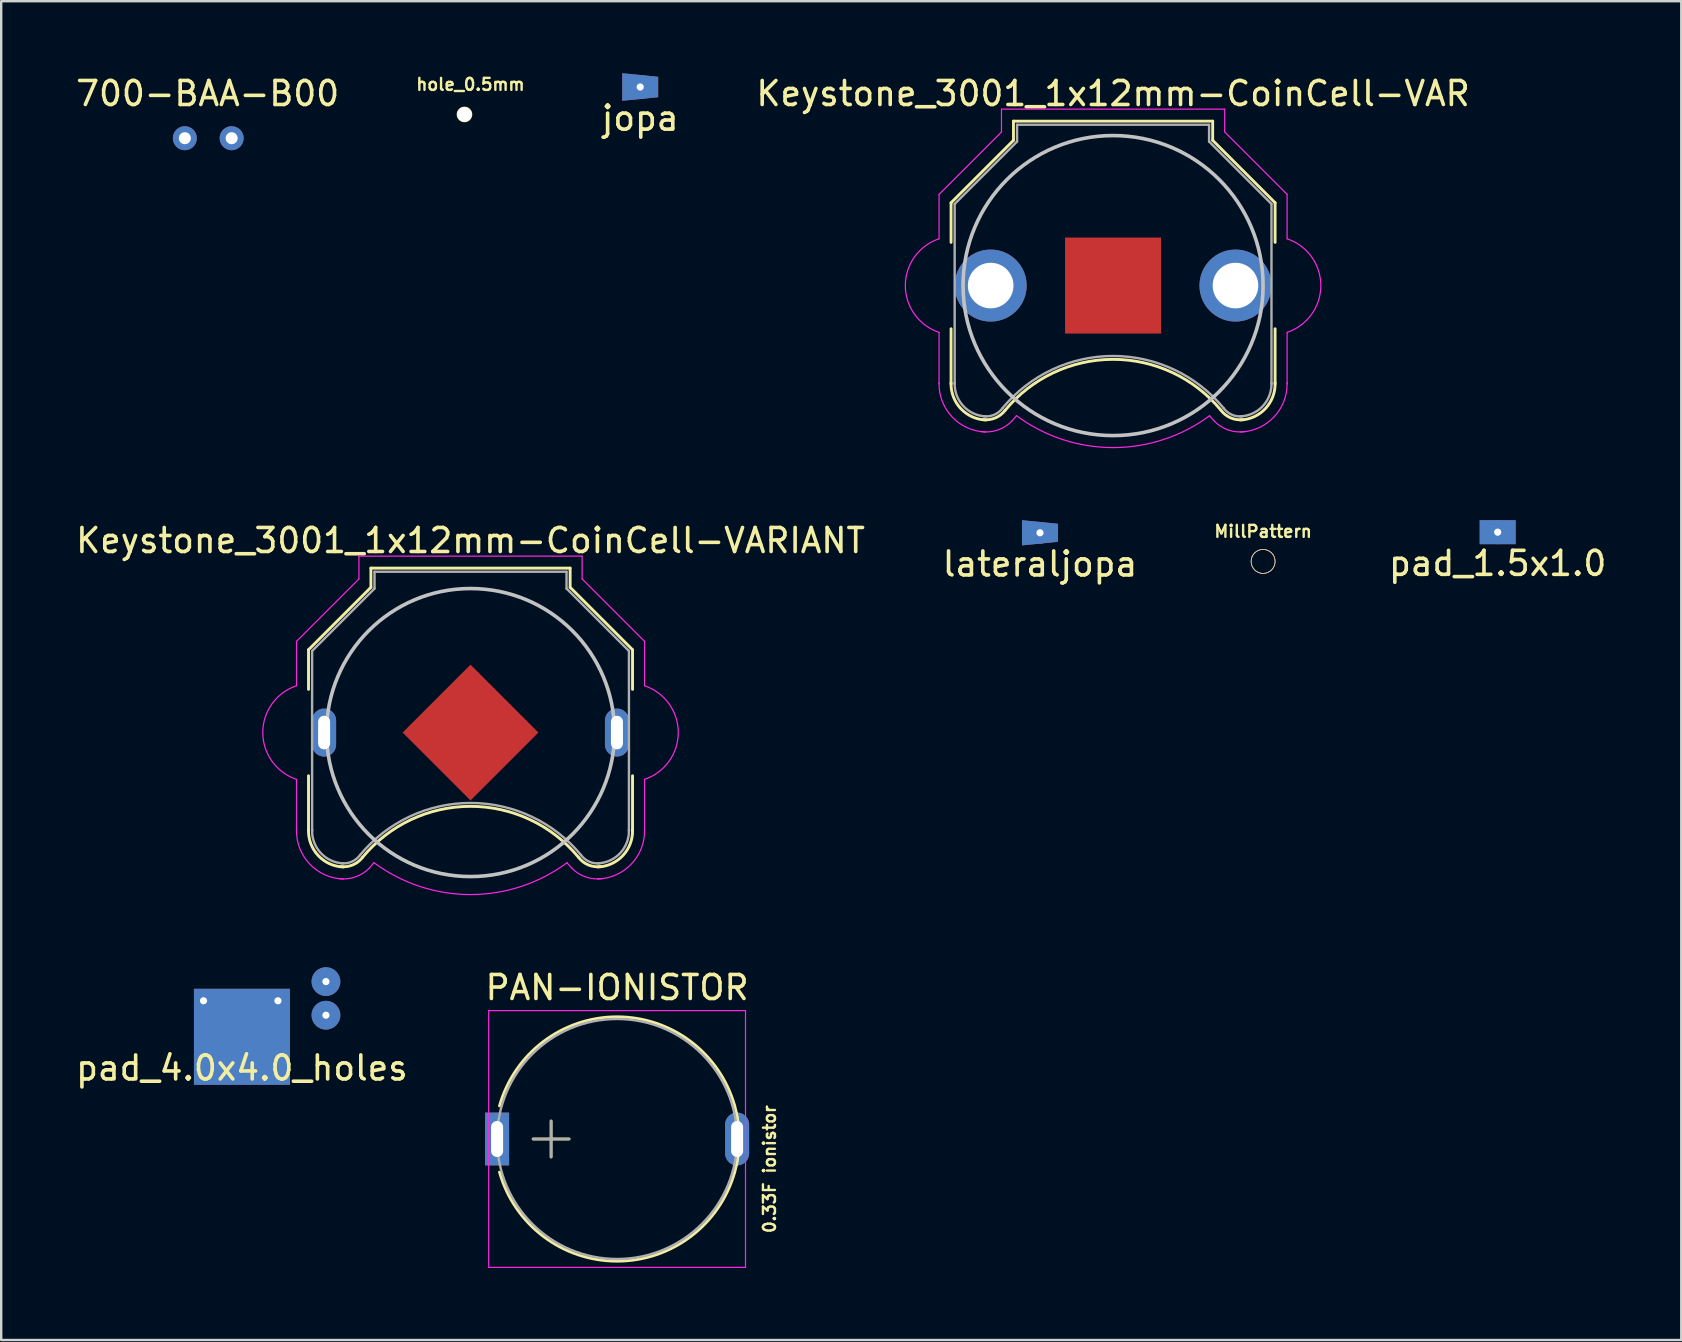
<source format=kicad_pcb>
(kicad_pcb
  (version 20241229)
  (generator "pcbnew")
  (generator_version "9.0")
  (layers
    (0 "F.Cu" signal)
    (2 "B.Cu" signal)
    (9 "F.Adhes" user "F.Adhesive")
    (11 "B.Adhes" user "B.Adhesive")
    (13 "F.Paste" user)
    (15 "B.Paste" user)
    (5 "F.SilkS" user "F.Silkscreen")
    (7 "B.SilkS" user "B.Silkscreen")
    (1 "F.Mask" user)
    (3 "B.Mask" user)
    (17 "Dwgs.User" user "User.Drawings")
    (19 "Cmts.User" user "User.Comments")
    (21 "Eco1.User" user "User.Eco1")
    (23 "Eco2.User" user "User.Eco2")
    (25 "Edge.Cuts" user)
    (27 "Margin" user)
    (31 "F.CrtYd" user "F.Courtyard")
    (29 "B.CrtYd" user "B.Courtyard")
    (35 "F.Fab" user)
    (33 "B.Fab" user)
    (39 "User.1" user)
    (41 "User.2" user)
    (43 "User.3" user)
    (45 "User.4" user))
  (footprint "700-BAA-B00"
    (layer "F.Cu")
    (at 4.651 2.708)
    (property "Reference" "700-BAA-B00" (at 0.95 -1.86 0) (layer "F.SilkS") (effects (font (size 1 1) (thickness 0.15))))
    (attr through_hole)
    (pad "1" thru_hole circle (at 0 0) (size 1 1) (drill 0.5) (layers "*.Cu" "*.Mask"))
    (pad "2" thru_hole circle (at 1.95 0) (size 1 1) (drill 0.5) (layers "*.Cu" "*.Mask")))
  (footprint "pad_4.0x4.0_holes"
    (layer "F.Cu")
    (at 7.03 40.147)
    (property "Reference" "pad_4.0x4.0_holes" (at 0 1.3 0) (layer "F.SilkS") (effects (font (size 1 1) (thickness 0.15))))
    (attr through_hole)
    (pad "1" smd rect (at 0 0) (size 4 4) (layers "F.Cu" "F.Mask" "F.Paste"))
    (pad "2" smd rect (at 0 0) (size 4 4) (layers "F.Mask" "B.Cu" "F.Paste"))
    (pad "3" thru_hole circle (at 3.5 -2.3) (size 1.2 1.2) (drill 0.3) (layers "*.Cu" "*.Mask"))
    (pad "4" thru_hole circle (at 3.5 -0.9) (size 1.2 1.2) (drill 0.3) (layers "*.Cu" "*.Mask"))
    (pad "5" thru_hole circle (at -1.6 -1.5) (size 0.4 0.4) (drill 0.3) (layers "*.Cu" "*.Mask"))
    (pad "6" thru_hole circle (at 1.5 -1.5) (size 0.4 0.4) (drill 0.3) (layers "*.Cu" "*.Mask")))
  (footprint "hole_0.5mm"
    (layer "F.Cu")
    (at 16.302 1.718)
    (property "Reference" "hole_0.5mm" (at 0.25 -1.25 0) (layer "F.SilkS") (effects (font (size 0.5 0.5) (thickness 0.1))))
    (attr through_hole)
    (fp_circle (center 0 0) (end 0.3 0) (stroke (width 0.05) (type solid)) (fill no) (layer "F.SilkS"))
    (pad "" np_thru_hole circle (at 0 0) (size 0.6 0.6) (drill 0.6) (layers "*.Cu" "F.SilkS")))
  (footprint "jopa"
    (layer "F.Cu")
    (at 23.623 0.575)
    (property "Reference" "jopa" (at 0 1.3 0) (layer "F.SilkS") (effects (font (size 1 1) (thickness 0.15))))
    (attr through_hole)
    (pad "1" smd trapezoid (at 0 0) (size 1.5 1) (rect_delta 0.15 0) (layers "F.Cu" "F.Mask" "F.Paste"))
    (pad "2" smd trapezoid (at 0 0) (size 1.5 1) (rect_delta 0.15 0) (layers "B.Cu" "B.Mask" "F.Paste"))
    (pad "3" thru_hole circle (at 0 0) (size 1 1) (drill 0.3) (layers "*.Cu" "*.Mask")))
  (footprint "Keystone_3001_1x12mm-CoinCell-VARIANT"
    (layer "F.Cu")
    (at 16.554 27.471)
    (property "Reference" "Keystone_3001_1x12mm-CoinCell-VARIANT" (at 0 -8 0) (layer "F.SilkS") (effects (font (size 1 1) (thickness 0.15))))
    (attr through_hole)
    (fp_line (start -6.75 -3.45) (end -4.15 -6.05) (stroke (width 0.12) (type solid)) (layer "F.SilkS"))
    (fp_line (start -6.75 -1.8) (end -6.75 -3.45) (stroke (width 0.12) (type solid)) (layer "F.SilkS"))
    (fp_line (start -6.75 1.8) (end -6.75 4.1) (stroke (width 0.12) (type solid)) (layer "F.SilkS"))
    (fp_line (start -4.15 -6.85) (end 4.15 -6.85) (stroke (width 0.12) (type solid)) (layer "F.SilkS"))
    (fp_line (start -4.15 -6.05) (end -4.15 -6.85) (stroke (width 0.12) (type solid)) (layer "F.SilkS"))
    (fp_line (start 4.15 -6.85) (end 4.15 -6.05) (stroke (width 0.12) (type solid)) (layer "F.SilkS"))
    (fp_line (start 4.15 -6.05) (end 6.75 -3.45) (stroke (width 0.12) (type solid)) (layer "F.SilkS"))
    (fp_line (start 6.75 -3.45) (end 6.75 -1.8) (stroke (width 0.12) (type solid)) (layer "F.SilkS"))
    (fp_line (start 6.75 1.8) (end 6.75 4.1) (stroke (width 0.12) (type solid)) (layer "F.SilkS"))
    (fp_arc (start -5.3 5.6) (mid -6.346016 5.125305) (end -6.75 4.05) (stroke (width 0.12) (type solid)) (layer "F.SilkS"))
    (fp_arc (start -4.5 5.2) (mid -4.90584 5.514615) (end -5.414615 5.58416) (stroke (width 0.12) (type solid)) (layer "F.SilkS"))
    (fp_arc (start -4.5 5.2) (mid -0.007341 3.0742) (end 4.490661 5.188671) (stroke (width 0.12) (type solid)) (layer "F.SilkS"))
    (fp_arc (start 5.414615 5.58416) (mid 4.90584 5.514615) (end 4.5 5.2) (stroke (width 0.12) (type solid)) (layer "F.SilkS"))
    (fp_arc (start 6.75 4.05) (mid 6.346016 5.125305) (end 5.3 5.6) (stroke (width 0.12) (type solid)) (layer "F.SilkS"))
    (fp_circle (center 0 0) (end 0 6) (stroke (width 0.15) (type solid)) (fill no) (layer "Dwgs.User"))
    (fp_line (start -7.25 -3.8) (end -4.65 -6.4) (stroke (width 0.05) (type solid)) (layer "F.CrtYd"))
    (fp_line (start -7.25 -1.95) (end -7.25 -3.8) (stroke (width 0.05) (type solid)) (layer "F.CrtYd"))
    (fp_line (start -7.25 1.95) (end -7.25 4.1) (stroke (width 0.05) (type solid)) (layer "F.CrtYd"))
    (fp_line (start -4.65 -7.35) (end 4.65 -7.35) (stroke (width 0.05) (type solid)) (layer "F.CrtYd"))
    (fp_line (start -4.65 -6.4) (end -4.65 -7.35) (stroke (width 0.05) (type solid)) (layer "F.CrtYd"))
    (fp_line (start 4.65 -6.4) (end 4.65 -7.35) (stroke (width 0.05) (type solid)) (layer "F.CrtYd"))
    (fp_line (start 7.25 -3.8) (end 4.65 -6.4) (stroke (width 0.05) (type solid)) (layer "F.CrtYd"))
    (fp_line (start 7.25 -1.95) (end 7.25 -3.8) (stroke (width 0.05) (type solid)) (layer "F.CrtYd"))
    (fp_line (start 7.25 1.95) (end 7.25 4.1) (stroke (width 0.05) (type solid)) (layer "F.CrtYd"))
    (fp_arc (start -7.25 1.95) (mid -8.655479 0.002334) (end -7.254426 -1.948519) (stroke (width 0.05) (type solid)) (layer "F.CrtYd"))
    (fp_arc (start -5.3 6.1) (mid -6.699569 5.478858) (end -7.25 4.05) (stroke (width 0.05) (type solid)) (layer "F.CrtYd"))
    (fp_arc (start -4.22 5.65) (mid -4.814553 6.021742) (end -5.513125 6.082436) (stroke (width 0.05) (type solid)) (layer "F.CrtYd"))
    (fp_arc (start -4.22 5.65) (mid -4.123743 5.534157) (end -4.024388 5.42096) (stroke (width 0.05) (type solid)) (layer "F.CrtYd"))
    (fp_arc (start 0 6.75) (mid -2.119449 6.408622) (end -4.024518 5.419018) (stroke (width 0.05) (type solid)) (layer "F.CrtYd"))
    (fp_arc (start 4.024518 5.419018) (mid 2.119449 6.408622) (end 0 6.75) (stroke (width 0.05) (type solid)) (layer "F.CrtYd"))
    (fp_arc (start 4.02471 5.432858) (mid 4.123824 5.540108) (end 4.22 5.65) (stroke (width 0.05) (type solid)) (layer "F.CrtYd"))
    (fp_arc (start 5.513125 6.082436) (mid 4.814553 6.021742) (end 4.22 5.65) (stroke (width 0.05) (type solid)) (layer "F.CrtYd"))
    (fp_arc (start 7.25 4.05) (mid 6.699569 5.478858) (end 5.3 6.1) (stroke (width 0.05) (type solid)) (layer "F.CrtYd"))
    (fp_arc (start 7.254426 -1.948519) (mid 8.655479 0.002334) (end 7.25 1.95) (stroke (width 0.05) (type solid)) (layer "F.CrtYd"))
    (fp_line (start -6.6 -3.4) (end -6.6 4.1) (stroke (width 0.1) (type solid)) (layer "F.Fab"))
    (fp_line (start -4 -6.7) (end -4 -6) (stroke (width 0.1) (type solid)) (layer "F.Fab"))
    (fp_line (start -4 -6.7) (end 4 -6.7) (stroke (width 0.1) (type solid)) (layer "F.Fab"))
    (fp_line (start -4 -6) (end -6.6 -3.4) (stroke (width 0.1) (type solid)) (layer "F.Fab"))
    (fp_line (start 4 -6.7) (end 4 -6) (stroke (width 0.1) (type solid)) (layer "F.Fab"))
    (fp_line (start 4 -6) (end 6.6 -3.4) (stroke (width 0.1) (type solid)) (layer "F.Fab"))
    (fp_line (start 6.6 -3.4) (end 6.6 4.1) (stroke (width 0.1) (type solid)) (layer "F.Fab"))
    (fp_arc (start -5.3 5.45) (mid -6.239949 5.019239) (end -6.6 4.05) (stroke (width 0.1) (type solid)) (layer "F.Fab"))
    (fp_arc (start -4.6 5.1) (mid -4.942443 5.378013) (end -5.378013 5.447558) (stroke (width 0.1) (type solid)) (layer "F.Fab"))
    (fp_arc (start -4.6 5.1) (mid 0.006214 2.93343) (end 4.607905 5.109589) (stroke (width 0.1) (type solid)) (layer "F.Fab"))
    (fp_arc (start 5.378013 5.447558) (mid 4.942442 5.378013) (end 4.6 5.1) (stroke (width 0.1) (type solid)) (layer "F.Fab"))
    (fp_arc (start 6.6 4.05) (mid 6.239949 5.019239) (end 5.3 5.45) (stroke (width 0.1) (type solid)) (layer "F.Fab"))
    (pad "1" thru_hole oval (at -6.1 0) (size 1 2) (drill oval 0.5 1.4) (layers "*.Cu" "*.Mask"))
    (pad "1" thru_hole oval (at 6.1 0) (size 1 2) (drill oval 0.5 1.4) (layers "*.Cu" "*.Mask"))
    (pad "2" smd rect (at 0 0 45) (size 4 4) (layers "F.Cu" "F.Mask")))
  (footprint "MillPattern"
    (layer "F.Cu")
    (at 49.576 20.341)
    (property "Reference" "MillPattern" (at 0 -1.25 0) (layer "F.SilkS") (effects (font (size 0.5 0.5) (thickness 0.1))))
    (attr through_hole)
    (fp_circle (center 0 0) (end 0.5 0) (stroke (width 0.03) (type solid)) (fill no) (layer "F.SilkS"))
    (fp_circle (center 0 0) (end 0.5 0) (stroke (width 0.03) (type solid)) (fill no) (layer "B.SilkS")))
  (footprint "Keystone_3001_1x12mm-CoinCell-VAR"
    (layer "F.Cu")
    (at 43.325 8.848)
    (property "Reference" "Keystone_3001_1x12mm-CoinCell-VAR" (at 0 -8 0) (layer "F.SilkS") (effects (font (size 1 1) (thickness 0.15))))
    (attr through_hole)
    (fp_line (start -6.75 -3.45) (end -4.15 -6.05) (stroke (width 0.12) (type solid)) (layer "F.SilkS"))
    (fp_line (start -6.75 -1.8) (end -6.75 -3.45) (stroke (width 0.12) (type solid)) (layer "F.SilkS"))
    (fp_line (start -6.75 1.8) (end -6.75 4.1) (stroke (width 0.12) (type solid)) (layer "F.SilkS"))
    (fp_line (start -4.15 -6.85) (end 4.15 -6.85) (stroke (width 0.12) (type solid)) (layer "F.SilkS"))
    (fp_line (start -4.15 -6.05) (end -4.15 -6.85) (stroke (width 0.12) (type solid)) (layer "F.SilkS"))
    (fp_line (start 4.15 -6.85) (end 4.15 -6.05) (stroke (width 0.12) (type solid)) (layer "F.SilkS"))
    (fp_line (start 4.15 -6.05) (end 6.75 -3.45) (stroke (width 0.12) (type solid)) (layer "F.SilkS"))
    (fp_line (start 6.75 -3.45) (end 6.75 -1.8) (stroke (width 0.12) (type solid)) (layer "F.SilkS"))
    (fp_line (start 6.75 1.8) (end 6.75 4.1) (stroke (width 0.12) (type solid)) (layer "F.SilkS"))
    (fp_arc (start -5.3 5.6) (mid -6.346016 5.125305) (end -6.75 4.05) (stroke (width 0.12) (type solid)) (layer "F.SilkS"))
    (fp_arc (start -4.5 5.2) (mid -4.90584 5.514615) (end -5.414615 5.58416) (stroke (width 0.12) (type solid)) (layer "F.SilkS"))
    (fp_arc (start -4.5 5.2) (mid -0.007341 3.0742) (end 4.490661 5.188671) (stroke (width 0.12) (type solid)) (layer "F.SilkS"))
    (fp_arc (start 5.414615 5.58416) (mid 4.90584 5.514615) (end 4.5 5.2) (stroke (width 0.12) (type solid)) (layer "F.SilkS"))
    (fp_arc (start 6.75 4.05) (mid 6.346016 5.125305) (end 5.3 5.6) (stroke (width 0.12) (type solid)) (layer "F.SilkS"))
    (fp_circle (center 0 0) (end 0 6.25) (stroke (width 0.15) (type solid)) (fill no) (layer "Dwgs.User"))
    (fp_line (start -7.25 -3.8) (end -4.65 -6.4) (stroke (width 0.05) (type solid)) (layer "F.CrtYd"))
    (fp_line (start -7.25 -1.95) (end -7.25 -3.8) (stroke (width 0.05) (type solid)) (layer "F.CrtYd"))
    (fp_line (start -7.25 1.95) (end -7.25 4.1) (stroke (width 0.05) (type solid)) (layer "F.CrtYd"))
    (fp_line (start -4.65 -7.35) (end 4.65 -7.35) (stroke (width 0.05) (type solid)) (layer "F.CrtYd"))
    (fp_line (start -4.65 -6.4) (end -4.65 -7.35) (stroke (width 0.05) (type solid)) (layer "F.CrtYd"))
    (fp_line (start 4.65 -6.4) (end 4.65 -7.35) (stroke (width 0.05) (type solid)) (layer "F.CrtYd"))
    (fp_line (start 7.25 -3.8) (end 4.65 -6.4) (stroke (width 0.05) (type solid)) (layer "F.CrtYd"))
    (fp_line (start 7.25 -1.95) (end 7.25 -3.8) (stroke (width 0.05) (type solid)) (layer "F.CrtYd"))
    (fp_line (start 7.25 1.95) (end 7.25 4.1) (stroke (width 0.05) (type solid)) (layer "F.CrtYd"))
    (fp_arc (start -7.25 1.95) (mid -8.655479 0.002334) (end -7.254426 -1.948519) (stroke (width 0.05) (type solid)) (layer "F.CrtYd"))
    (fp_arc (start -5.3 6.1) (mid -6.699569 5.478858) (end -7.25 4.05) (stroke (width 0.05) (type solid)) (layer "F.CrtYd"))
    (fp_arc (start -4.22 5.65) (mid -4.814553 6.021742) (end -5.513125 6.082436) (stroke (width 0.05) (type solid)) (layer "F.CrtYd"))
    (fp_arc (start -4.22 5.65) (mid -4.123743 5.534157) (end -4.024388 5.42096) (stroke (width 0.05) (type solid)) (layer "F.CrtYd"))
    (fp_arc (start 0 6.75) (mid -2.119449 6.408622) (end -4.024518 5.419018) (stroke (width 0.05) (type solid)) (layer "F.CrtYd"))
    (fp_arc (start 4.024518 5.419018) (mid 2.119449 6.408622) (end 0 6.75) (stroke (width 0.05) (type solid)) (layer "F.CrtYd"))
    (fp_arc (start 4.02471 5.432858) (mid 4.123824 5.540108) (end 4.22 5.65) (stroke (width 0.05) (type solid)) (layer "F.CrtYd"))
    (fp_arc (start 5.513125 6.082436) (mid 4.814553 6.021742) (end 4.22 5.65) (stroke (width 0.05) (type solid)) (layer "F.CrtYd"))
    (fp_arc (start 7.25 4.05) (mid 6.699569 5.478858) (end 5.3 6.1) (stroke (width 0.05) (type solid)) (layer "F.CrtYd"))
    (fp_arc (start 7.254426 -1.948519) (mid 8.655479 0.002334) (end 7.25 1.95) (stroke (width 0.05) (type solid)) (layer "F.CrtYd"))
    (fp_line (start -6.6 -3.4) (end -6.6 4.1) (stroke (width 0.1) (type solid)) (layer "F.Fab"))
    (fp_line (start -4 -6.7) (end -4 -6) (stroke (width 0.1) (type solid)) (layer "F.Fab"))
    (fp_line (start -4 -6.7) (end 4 -6.7) (stroke (width 0.1) (type solid)) (layer "F.Fab"))
    (fp_line (start -4 -6) (end -6.6 -3.4) (stroke (width 0.1) (type solid)) (layer "F.Fab"))
    (fp_line (start 4 -6.7) (end 4 -6) (stroke (width 0.1) (type solid)) (layer "F.Fab"))
    (fp_line (start 4 -6) (end 6.6 -3.4) (stroke (width 0.1) (type solid)) (layer "F.Fab"))
    (fp_line (start 6.6 -3.4) (end 6.6 4.1) (stroke (width 0.1) (type solid)) (layer "F.Fab"))
    (fp_arc (start -5.3 5.45) (mid -6.239949 5.019239) (end -6.6 4.05) (stroke (width 0.1) (type solid)) (layer "F.Fab"))
    (fp_arc (start -4.6 5.1) (mid -4.942443 5.378013) (end -5.378013 5.447558) (stroke (width 0.1) (type solid)) (layer "F.Fab"))
    (fp_arc (start -4.6 5.1) (mid 0.006214 2.93343) (end 4.607905 5.109589) (stroke (width 0.1) (type solid)) (layer "F.Fab"))
    (fp_arc (start 5.378013 5.447558) (mid 4.942442 5.378013) (end 4.6 5.1) (stroke (width 0.1) (type solid)) (layer "F.Fab"))
    (fp_arc (start 6.6 4.05) (mid 6.239949 5.019239) (end 5.3 5.45) (stroke (width 0.1) (type solid)) (layer "F.Fab"))
    (pad "1" thru_hole circle (at -5.1 0) (size 3 3) (drill 1.9) (layers "*.Cu" "*.Mask"))
    (pad "1" thru_hole circle (at 5.1 0) (size 3 3) (drill 1.9) (layers "*.Cu" "*.Mask"))
    (pad "2" smd rect (at 0 0) (size 4 4) (layers "F.Cu" "F.Mask")))
  (footprint "pad_1.5x1.0"
    (layer "F.Cu")
    (at 59.349 19.123)
    (property "Reference" "pad_1.5x1.0" (at 0 1.3 0) (layer "F.SilkS") (effects (font (size 1 1) (thickness 0.15))))
    (attr through_hole)
    (pad "1" smd rect (at 0 0) (size 1.5 1) (layers "F.Cu" "F.Mask" "F.Paste"))
    (pad "2" smd rect (at 0 0) (size 1.5 1) (layers "B.Cu" "B.Mask" "F.Paste"))
    (pad "3" thru_hole circle (at 0 0) (size 1 1) (drill 0.3) (layers "*.Cu" "*.Mask")))
  (footprint "PAN-IONISTOR"
    (layer "F.Cu")
    (at 20.161 44.405)
    (property "Reference" "PAN-IONISTOR" (at 2.5 -6.31 0) (layer "F.SilkS") (effects (font (size 1 1) (thickness 0.15))))
    (attr through_hole)
    (fp_line (start -1 0) (end 0.5 0) (stroke (width 0.12) (type solid)) (layer "F.SilkS"))
    (fp_line (start -0.25 -0.75) (end -0.25 0.75) (stroke (width 0.12) (type solid)) (layer "F.SilkS"))
    (fp_line (start 7.501 -0.913) (end 7.501 0.913) (stroke (width 0.12) (type solid)) (layer "F.SilkS"))
    (fp_line (start 7.541 -0.672) (end 7.541 0.672) (stroke (width 0.12) (type solid)) (layer "F.SilkS"))
    (fp_line (start 7.581 -0.279) (end 7.581 0.279) (stroke (width 0.12) (type solid)) (layer "F.SilkS"))
    (fp_arc (start -2.399357 -1.38) (mid 2.498304 -5.09) (end 7.398437 -1.383264) (stroke (width 0.12) (type solid)) (layer "F.SilkS"))
    (fp_arc (start 7.398437 1.383264) (mid 2.498304 5.09) (end -2.399357 1.38) (stroke (width 0.12) (type solid)) (layer "F.SilkS"))
    (fp_arc (start 7.399357 -1.38) (mid 7.59 0.001696) (end 7.398437 1.383264) (stroke (width 0.12) (type solid)) (layer "F.SilkS"))
    (fp_line (start -2.85 -5.35) (end -2.85 5.35) (stroke (width 0.05) (type solid)) (layer "F.CrtYd"))
    (fp_line (start -2.85 5.35) (end 7.85 5.35) (stroke (width 0.05) (type solid)) (layer "F.CrtYd"))
    (fp_line (start 7.85 -5.35) (end -2.85 -5.35) (stroke (width 0.05) (type solid)) (layer "F.CrtYd"))
    (fp_line (start 7.85 5.35) (end 7.85 -5.35) (stroke (width 0.05) (type solid)) (layer "F.CrtYd"))
    (fp_line (start -1 0) (end 0.5 0) (stroke (width 0.1) (type solid)) (layer "F.Fab"))
    (fp_line (start -0.25 -0.75) (end -0.25 0.75) (stroke (width 0.1) (type solid)) (layer "F.Fab"))
    (fp_circle (center 2.5 0) (end 7.5 0) (stroke (width 0.1) (type solid)) (fill no) (layer "F.Fab"))
    (fp_text user "0.33F ionistor" (at 8.85 1.255 90) (layer "F.SilkS") (effects (font (size 0.5 0.5) (thickness 0.1))))
    (pad "1" thru_hole rect (at -2.5 0) (size 1 2.2) (drill oval 0.5 1.5) (layers "*.Cu" "*.Mask"))
    (pad "2" thru_hole oval (at 7.5 0) (size 1 2.2) (drill oval 0.5 1.5) (layers "*.Cu" "*.Mask")))
  (footprint "lateraljopa"
    (layer "F.Cu")
    (at 40.28 19.148)
    (property "Reference" "lateraljopa" (at 0 1.3 0) (layer "F.SilkS") (effects (font (size 1 1) (thickness 0.15))))
    (attr through_hole)
    (pad "1" smd trapezoid (at 0 0) (size 1.5 0.9) (rect_delta 0.15 0) (layers "F.Cu" "F.Mask" "F.Paste"))
    (pad "2" smd trapezoid (at 0 0) (size 1.5 0.9) (rect_delta 0.15 0) (layers "B.Cu" "B.Mask" "F.Paste"))
    (pad "3" thru_hole circle (at 0 0) (size 0.9 0.9) (drill 0.3) (layers "*.Cu" "*.Mask")))
  (gr_rect
    (start -3 -3)
    (end 66.998 52.78)
    (stroke (width 0.1) (type default))
    (fill no)
    (layer "Edge.Cuts")))
</source>
